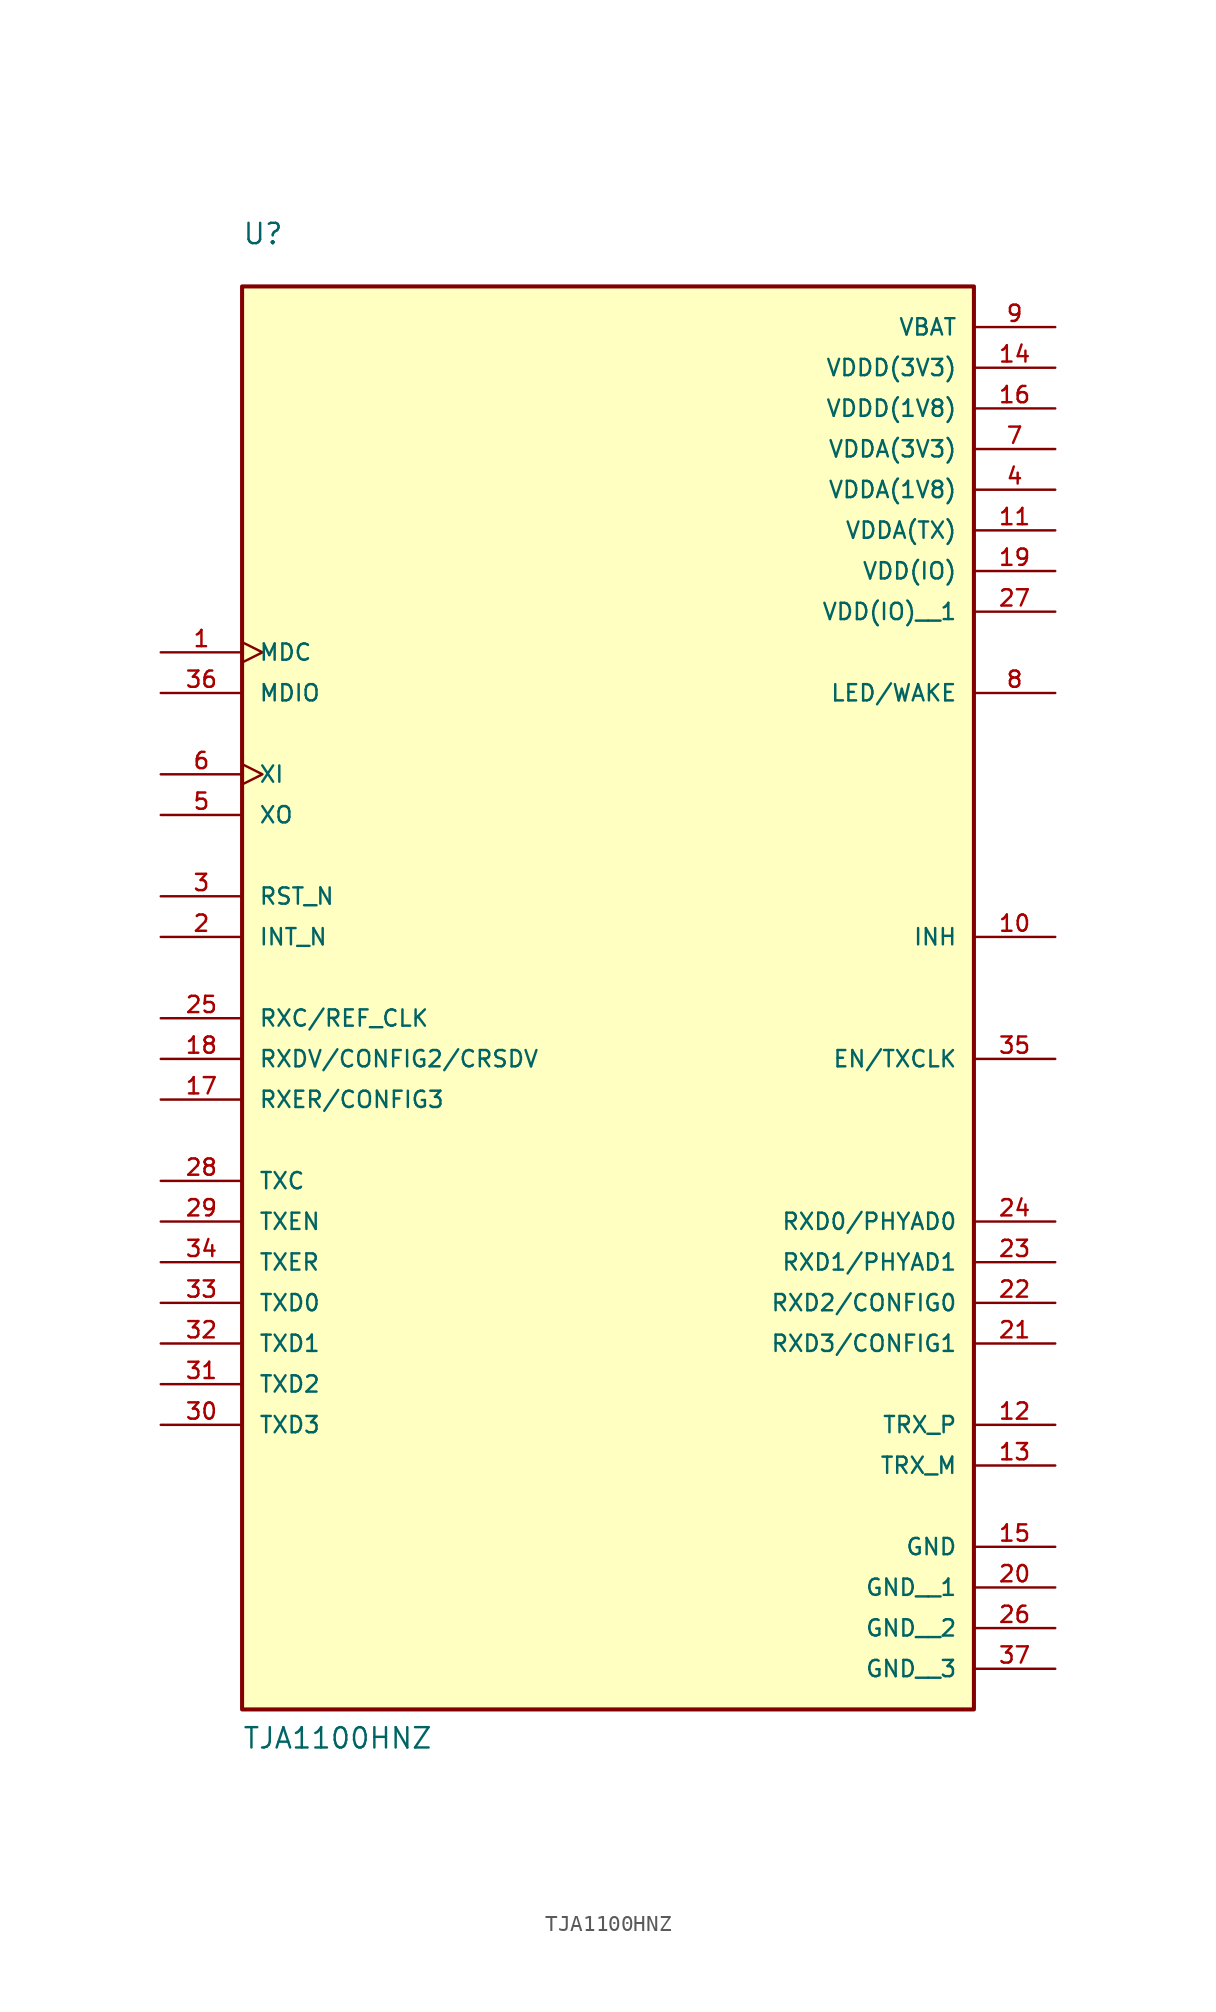
<source format=kicad_sym>
(kicad_symbol_lib
  (version 20211014)
  (generator kicad_symbol_editor)
  (symbol "TJA1100HNZ"
    (pin_names
      (offset 1.016))
    (property "Reference" "U"
      (at -22.86 40.64 0)
      (effects (font (size 1.27 1.27)) (justify bottom left)))
    (property "Value" "TJA1100HNZ"
      (at -22.86 -53.34 0)
      (effects (font (size 1.27 1.27)) (justify bottom left)))
    (symbol "TJA1100HNZ_0_0"
      (rectangle (start -22.86 -50.8) (end 22.86 38.1) (stroke (width 0.254)) (fill (type background)))
      (pin input clock (at -27.94 15.24 0) (length 5.08) (name "MDC" (effects (font (size 1.016 1.016)))) (number "1" (effects (font (size 1.016 1.016)))))
      (pin output line (at -27.94 -2.54 0) (length 5.08) (name "INT_N" (effects (font (size 1.016 1.016)))) (number "2" (effects (font (size 1.016 1.016)))))
      (pin input line (at -27.94 0.0 0) (length 5.08) (name "RST_N" (effects (font (size 1.016 1.016)))) (number "3" (effects (font (size 1.016 1.016)))))
      (pin power_in line (at 27.94 25.4 180.0) (length 5.08) (name "VDDA(1V8)" (effects (font (size 1.016 1.016)))) (number "4" (effects (font (size 1.016 1.016)))))
      (pin output line (at -27.94 5.08 0) (length 5.08) (name "XO" (effects (font (size 1.016 1.016)))) (number "5" (effects (font (size 1.016 1.016)))))
      (pin input clock (at -27.94 7.62 0) (length 5.08) (name "XI" (effects (font (size 1.016 1.016)))) (number "6" (effects (font (size 1.016 1.016)))))
      (pin power_in line (at 27.94 27.94 180.0) (length 5.08) (name "VDDA(3V3)" (effects (font (size 1.016 1.016)))) (number "7" (effects (font (size 1.016 1.016)))))
      (pin bidirectional line (at 27.94 12.7 180.0) (length 5.08) (name "LED/WAKE" (effects (font (size 1.016 1.016)))) (number "8" (effects (font (size 1.016 1.016)))))
      (pin power_in line (at 27.94 35.56 180.0) (length 5.08) (name "VBAT" (effects (font (size 1.016 1.016)))) (number "9" (effects (font (size 1.016 1.016)))))
      (pin output line (at 27.94 -2.54 180.0) (length 5.08) (name "INH" (effects (font (size 1.016 1.016)))) (number "10" (effects (font (size 1.016 1.016)))))
      (pin power_in line (at 27.94 22.86 180.0) (length 5.08) (name "VDDA(TX)" (effects (font (size 1.016 1.016)))) (number "11" (effects (font (size 1.016 1.016)))))
      (pin bidirectional line (at 27.94 -33.02 180.0) (length 5.08) (name "TRX_P" (effects (font (size 1.016 1.016)))) (number "12" (effects (font (size 1.016 1.016)))))
      (pin bidirectional line (at 27.94 -35.56 180.0) (length 5.08) (name "TRX_M" (effects (font (size 1.016 1.016)))) (number "13" (effects (font (size 1.016 1.016)))))
      (pin power_in line (at 27.94 33.02 180.0) (length 5.08) (name "VDDD(3V3)" (effects (font (size 1.016 1.016)))) (number "14" (effects (font (size 1.016 1.016)))))
      (pin power_in line (at 27.94 -40.64 180.0) (length 5.08) (name "GND" (effects (font (size 1.016 1.016)))) (number "15" (effects (font (size 1.016 1.016)))))
      (pin power_in line (at 27.94 30.48 180.0) (length 5.08) (name "VDDD(1V8)" (effects (font (size 1.016 1.016)))) (number "16" (effects (font (size 1.016 1.016)))))
      (pin bidirectional line (at -27.94 -12.7 0) (length 5.08) (name "RXER/CONFIG3" (effects (font (size 1.016 1.016)))) (number "17" (effects (font (size 1.016 1.016)))))
      (pin bidirectional line (at -27.94 -10.16 0) (length 5.08) (name "RXDV/CONFIG2/CRSDV" (effects (font (size 1.016 1.016)))) (number "18" (effects (font (size 1.016 1.016)))))
      (pin power_in line (at 27.94 20.32 180.0) (length 5.08) (name "VDD(IO)" (effects (font (size 1.016 1.016)))) (number "19" (effects (font (size 1.016 1.016)))))
      (pin bidirectional line (at 27.94 -27.94 180.0) (length 5.08) (name "RXD3/CONFIG1" (effects (font (size 1.016 1.016)))) (number "21" (effects (font (size 1.016 1.016)))))
      (pin bidirectional line (at 27.94 -25.4 180.0) (length 5.08) (name "RXD2/CONFIG0" (effects (font (size 1.016 1.016)))) (number "22" (effects (font (size 1.016 1.016)))))
      (pin bidirectional line (at 27.94 -22.86 180.0) (length 5.08) (name "RXD1/PHYAD1" (effects (font (size 1.016 1.016)))) (number "23" (effects (font (size 1.016 1.016)))))
      (pin bidirectional line (at 27.94 -20.32 180.0) (length 5.08) (name "RXD0/PHYAD0" (effects (font (size 1.016 1.016)))) (number "24" (effects (font (size 1.016 1.016)))))
      (pin bidirectional line (at -27.94 -7.62 0) (length 5.08) (name "RXC/REF_CLK" (effects (font (size 1.016 1.016)))) (number "25" (effects (font (size 1.016 1.016)))))
      (pin bidirectional line (at -27.94 -17.78 0) (length 5.08) (name "TXC" (effects (font (size 1.016 1.016)))) (number "28" (effects (font (size 1.016 1.016)))))
      (pin input line (at -27.94 -20.32 0) (length 5.08) (name "TXEN" (effects (font (size 1.016 1.016)))) (number "29" (effects (font (size 1.016 1.016)))))
      (pin input line (at -27.94 -33.02 0) (length 5.08) (name "TXD3" (effects (font (size 1.016 1.016)))) (number "30" (effects (font (size 1.016 1.016)))))
      (pin input line (at -27.94 -30.48 0) (length 5.08) (name "TXD2" (effects (font (size 1.016 1.016)))) (number "31" (effects (font (size 1.016 1.016)))))
      (pin input line (at -27.94 -27.94 0) (length 5.08) (name "TXD1" (effects (font (size 1.016 1.016)))) (number "32" (effects (font (size 1.016 1.016)))))
      (pin input line (at -27.94 -25.4 0) (length 5.08) (name "TXD0" (effects (font (size 1.016 1.016)))) (number "33" (effects (font (size 1.016 1.016)))))
      (pin input line (at -27.94 -22.86 0) (length 5.08) (name "TXER" (effects (font (size 1.016 1.016)))) (number "34" (effects (font (size 1.016 1.016)))))
      (pin bidirectional line (at 27.94 -10.16 180.0) (length 5.08) (name "EN/TXCLK" (effects (font (size 1.016 1.016)))) (number "35" (effects (font (size 1.016 1.016)))))
      (pin bidirectional line (at -27.94 12.7 0) (length 5.08) (name "MDIO" (effects (font (size 1.016 1.016)))) (number "36" (effects (font (size 1.016 1.016)))))
      (pin power_in line (at 27.94 17.78 180.0) (length 5.08) (name "VDD(IO)__1" (effects (font (size 1.016 1.016)))) (number "27" (effects (font (size 1.016 1.016)))))
      (pin power_in line (at 27.94 -43.18 180.0) (length 5.08) (name "GND__1" (effects (font (size 1.016 1.016)))) (number "20" (effects (font (size 1.016 1.016)))))
      (pin power_in line (at 27.94 -45.72 180.0) (length 5.08) (name "GND__2" (effects (font (size 1.016 1.016)))) (number "26" (effects (font (size 1.016 1.016)))))
      (pin power_in line (at 27.94 -48.26 180.0) (length 5.08) (name "GND__3" (effects (font (size 1.016 1.016)))) (number "37" (effects (font (size 1.016 1.016))))))))
</source>
